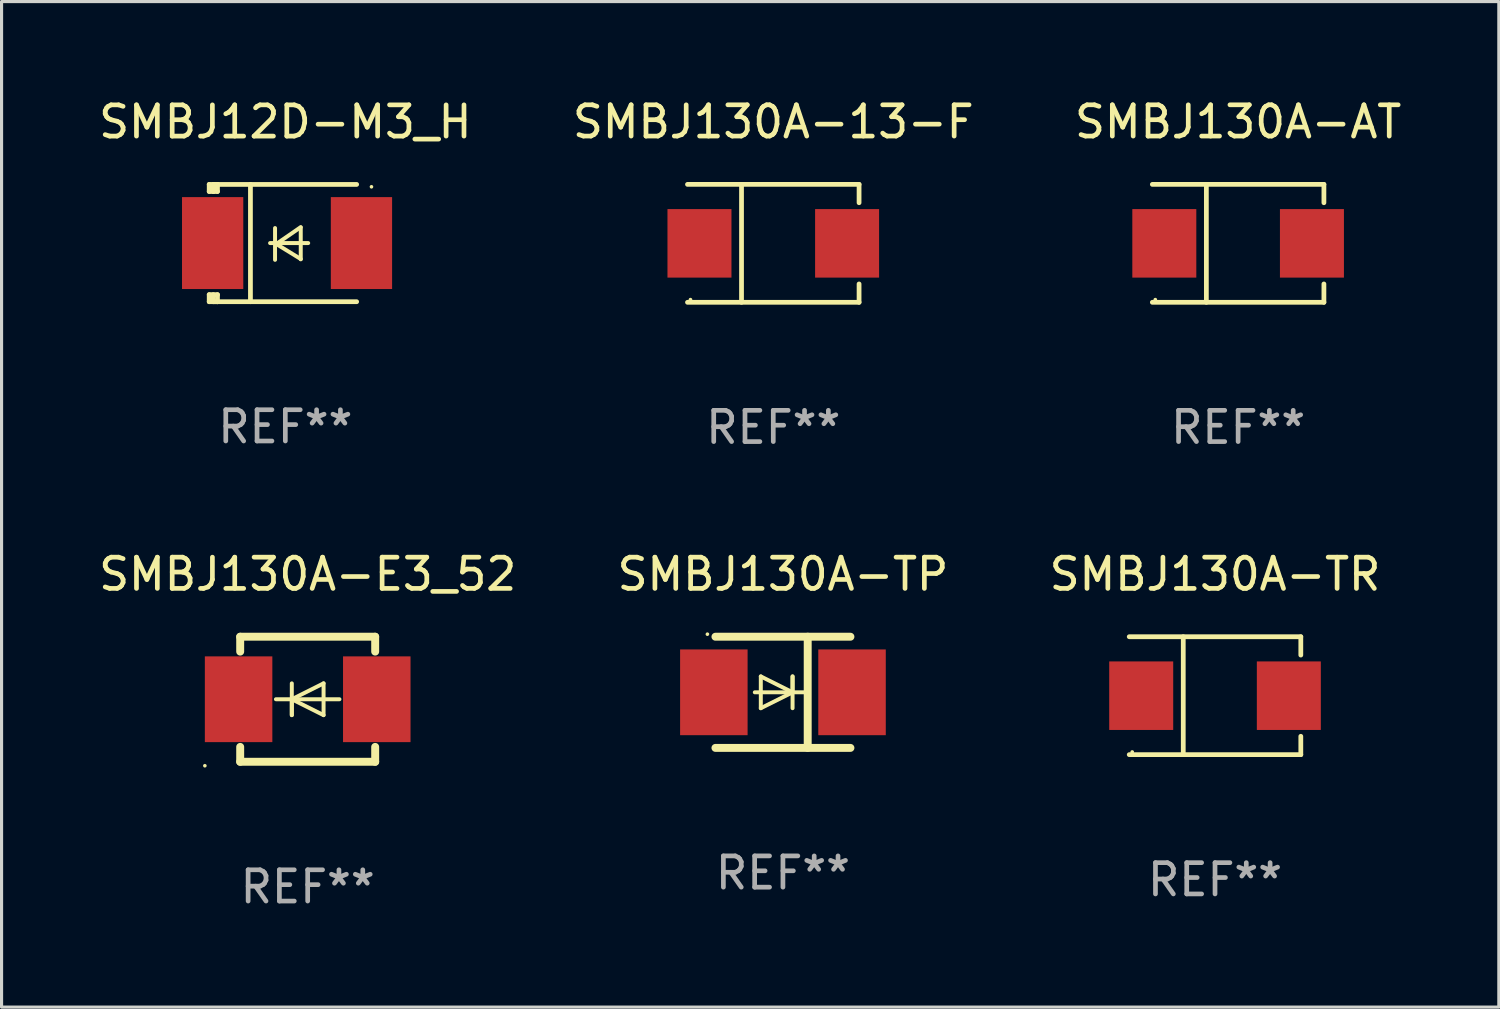
<source format=kicad_pcb>
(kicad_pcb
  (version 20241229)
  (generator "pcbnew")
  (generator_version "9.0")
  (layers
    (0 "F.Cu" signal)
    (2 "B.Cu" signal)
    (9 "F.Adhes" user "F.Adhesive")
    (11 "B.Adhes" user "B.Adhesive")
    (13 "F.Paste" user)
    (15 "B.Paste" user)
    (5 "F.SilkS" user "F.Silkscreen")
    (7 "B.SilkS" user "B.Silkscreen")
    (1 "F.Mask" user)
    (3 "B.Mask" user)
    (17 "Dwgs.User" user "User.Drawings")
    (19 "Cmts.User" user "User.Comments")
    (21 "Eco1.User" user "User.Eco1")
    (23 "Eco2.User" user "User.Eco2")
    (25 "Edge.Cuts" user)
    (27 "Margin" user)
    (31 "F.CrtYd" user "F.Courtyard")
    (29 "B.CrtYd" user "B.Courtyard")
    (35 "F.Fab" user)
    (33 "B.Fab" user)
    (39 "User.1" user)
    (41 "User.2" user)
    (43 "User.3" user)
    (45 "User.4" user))
  (footprint "SMBJ130A-TR"
    (layer "F.Cu")
    (at 35.815 19.203)
    (property "Reference" "SMBJ130A-TR" (at 0 -3.886 0) (layer "F.SilkS") (effects (font (size 1 1) (thickness 0.15))))
    (attr through_hole)
    (fp_line (start -2.744 -1.886) (end 2.744 -1.886) (stroke (width 0.152) (type solid)) (layer "F.SilkS"))
    (fp_line (start -2.744 1.886) (end 2.744 1.886) (stroke (width 0.152) (type solid)) (layer "F.SilkS"))
    (fp_line (start -1.016 -1.886) (end -1.016 1.886) (stroke (width 0.152) (type solid)) (layer "F.SilkS"))
    (fp_line (start 2.744 -1.886) (end 2.744 -1.299) (stroke (width 0.152) (type solid)) (layer "F.SilkS"))
    (fp_line (start 2.744 1.886) (end 2.744 1.299) (stroke (width 0.152) (type solid)) (layer "F.SilkS"))
    (fp_circle (center -2.65 1.8) (end -2.62 1.8) (stroke (width 0.06) (type solid)) (fill no) (layer "F.SilkS"))
    (fp_text user "REF**" (at 0 5.886 0) (layer "F.Fab") (effects (font (size 1 1) (thickness 0.15))))
    (pad "1" smd rect (at -2.361 0) (size 2.047 2.192) (layers "F.Cu" "F.Mask" "F.Paste"))
    (pad "2" smd rect (at 2.361 0) (size 2.047 2.192) (layers "F.Cu" "F.Mask" "F.Paste")))
  (footprint "SMBJ130A-AT"
    (layer "F.Cu")
    (at 36.554 4.734)
    (property "Reference" "SMBJ130A-AT" (at 0 -3.886 0) (layer "F.SilkS") (effects (font (size 1 1) (thickness 0.15))))
    (attr through_hole)
    (fp_line (start -2.744 -1.886) (end 2.744 -1.886) (stroke (width 0.152) (type solid)) (layer "F.SilkS"))
    (fp_line (start -2.744 1.886) (end 2.744 1.886) (stroke (width 0.152) (type solid)) (layer "F.SilkS"))
    (fp_line (start -1.016 -1.886) (end -1.016 1.886) (stroke (width 0.152) (type solid)) (layer "F.SilkS"))
    (fp_line (start 2.744 -1.886) (end 2.744 -1.299) (stroke (width 0.152) (type solid)) (layer "F.SilkS"))
    (fp_line (start 2.744 1.886) (end 2.744 1.299) (stroke (width 0.152) (type solid)) (layer "F.SilkS"))
    (fp_circle (center -2.65 1.8) (end -2.62 1.8) (stroke (width 0.06) (type solid)) (fill no) (layer "F.SilkS"))
    (fp_text user "REF**" (at 0 5.886 0) (layer "F.Fab") (effects (font (size 1 1) (thickness 0.15))))
    (pad "1" smd rect (at -2.361 0) (size 2.047 2.192) (layers "F.Cu" "F.Mask" "F.Paste"))
    (pad "2" smd rect (at 2.361 0) (size 2.047 2.192) (layers "F.Cu" "F.Mask" "F.Paste")))
  (footprint "SMBJ130A-E3_52"
    (layer "F.Cu")
    (at 6.792 19.317)
    (property "Reference" "SMBJ130A-E3_52" (at 0 -4 0) (layer "F.SilkS") (effects (font (size 1 1) (thickness 0.15))))
    (attr through_hole)
    (fp_line (start -2.159 -2) (end 2.159 -2) (stroke (width 0.254) (type solid)) (layer "F.SilkS"))
    (fp_line (start -2.159 -1.524) (end -2.159 -2) (stroke (width 0.254) (type solid)) (layer "F.SilkS"))
    (fp_line (start -2.159 1.524) (end -2.159 2) (stroke (width 0.254) (type solid)) (layer "F.SilkS"))
    (fp_line (start -2.159 2) (end 2.159 2) (stroke (width 0.254) (type solid)) (layer "F.SilkS"))
    (fp_line (start -0.508 0) (end -0.508 0.508) (stroke (width 0.127) (type solid)) (layer "F.SilkS"))
    (fp_line (start -0.508 0) (end 0.508 0.508) (stroke (width 0.127) (type solid)) (layer "F.SilkS"))
    (fp_line (start -0.508 0.508) (end -0.508 -0.508) (stroke (width 0.127) (type solid)) (layer "F.SilkS"))
    (fp_line (start 0.508 -0.508) (end -0.508 0) (stroke (width 0.127) (type solid)) (layer "F.SilkS"))
    (fp_line (start 0.508 0.508) (end 0.508 -0.508) (stroke (width 0.127) (type solid)) (layer "F.SilkS"))
    (fp_line (start 1.016 0) (end -1.016 0) (stroke (width 0.127) (type solid)) (layer "F.SilkS"))
    (fp_line (start 2.159 -2) (end 2.159 -1.524) (stroke (width 0.254) (type solid)) (layer "F.SilkS"))
    (fp_line (start 2.159 2) (end 2.159 1.524) (stroke (width 0.254) (type solid)) (layer "F.SilkS"))
    (fp_circle (center -3.289 2.127) (end -3.259 2.127) (stroke (width 0.06) (type solid)) (fill no) (layer "F.SilkS"))
    (fp_text user "REF**" (at 0 6 0) (layer "F.Fab") (effects (font (size 1 1) (thickness 0.15))))
    (pad "1" smd rect (at -2.21 0 180) (size 2.159 2.743) (layers "F.Cu" "F.Mask" "F.Paste"))
    (pad "2" smd rect (at 2.21 0 180) (size 2.159 2.743) (layers "F.Cu" "F.Mask" "F.Paste")))
  (footprint "SMBJ12D-M3_H"
    (layer "F.Cu")
    (at 6.077 4.725)
    (property "Reference" "SMBJ12D-M3_H" (at 0 -3.876 0) (layer "F.SilkS") (effects (font (size 1 1) (thickness 0.15))))
    (attr through_hole)
    (fp_line (start -2.435 1.65) (end -2.171 1.65) (stroke (width 0.152) (type solid)) (layer "F.SilkS"))
    (fp_line (start -2.435 1.876) (end -2.435 1.65) (stroke (width 0.152) (type solid)) (layer "F.SilkS"))
    (fp_line (start -2.435 -1.876) (end -2.171 -1.876) (stroke (width 0.152) (type solid)) (layer "F.SilkS"))
    (fp_line (start -2.435 -1.65) (end -2.435 -1.876) (stroke (width 0.152) (type solid)) (layer "F.SilkS"))
    (fp_line (start -2.305 -1.866) (end -2.295 -1.876) (stroke (width 0.152) (type solid)) (layer "F.SilkS"))
    (fp_line (start -2.305 -1.65) (end -2.305 -1.866) (stroke (width 0.152) (type solid)) (layer "F.SilkS"))
    (fp_line (start -2.305 1.876) (end -2.305 1.65) (stroke (width 0.152) (type solid)) (layer "F.SilkS"))
    (fp_line (start -2.295 -1.876) (end -2.295 -1.65) (stroke (width 0.152) (type solid)) (layer "F.SilkS"))
    (fp_line (start -2.171 1.876) (end -2.435 1.876) (stroke (width 0.152) (type solid)) (layer "F.SilkS"))
    (fp_line (start -2.171 -1.65) (end -2.435 -1.65) (stroke (width 0.152) (type solid)) (layer "F.SilkS"))
    (fp_line (start -2.171 -1.876) (end -2.295 -1.876) (stroke (width 0.152) (type solid)) (layer "F.SilkS"))
    (fp_line (start -2.171 -1.65) (end -2.171 -1.876) (stroke (width 0.152) (type solid)) (layer "F.SilkS"))
    (fp_line (start -2.171 1.876) (end -2.305 1.876) (stroke (width 0.152) (type solid)) (layer "F.SilkS"))
    (fp_line (start -2.171 1.876) (end -2.171 1.65) (stroke (width 0.152) (type solid)) (layer "F.SilkS"))
    (fp_line (start -1.116 1.876) (end -1.116 -1.876) (stroke (width 0.152) (type solid)) (layer "F.SilkS"))
    (fp_line (start -0.488 0.000102) (end 0.731 0.000102) (stroke (width 0.127) (type solid)) (layer "F.SilkS"))
    (fp_line (start -0.329 -0.48) (end -0.329 0.536) (stroke (width 0.127) (type solid)) (layer "F.SilkS"))
    (fp_line (start -0.29 0.03) (end 0.493 0.51) (stroke (width 0.127) (type solid)) (layer "F.SilkS"))
    (fp_line (start 0.493 -0.51) (end -0.29 0.03) (stroke (width 0.127) (type solid)) (layer "F.SilkS"))
    (fp_line (start 0.493 0.52) (end 0.493 -0.496) (stroke (width 0.127) (type solid)) (layer "F.SilkS"))
    (fp_line (start 2.281 -1.876) (end -2.171 -1.876) (stroke (width 0.152) (type solid)) (layer "F.SilkS"))
    (fp_line (start 2.281 1.876) (end -2.171 1.876) (stroke (width 0.152) (type solid)) (layer "F.SilkS"))
    (fp_circle (center 2.755 -1.8) (end 2.785 -1.8) (stroke (width 0.06) (type solid)) (fill no) (layer "F.SilkS"))
    (fp_text user "REF**" (at 0 5.876 0) (layer "F.Fab") (effects (font (size 1 1) (thickness 0.15))))
    (pad "1" smd rect (at 2.435 -0.000025 180) (size 1.96 2.94) (layers "F.Cu" "F.Mask" "F.Paste"))
    (pad "2" smd rect (at -2.325 -0.000025 180) (size 1.96 2.94) (layers "F.Cu" "F.Mask" "F.Paste")))
  (footprint "SMBJ130A-TP"
    (layer "F.Cu")
    (at 21.994 19.095)
    (property "Reference" "SMBJ130A-TP" (at 0 -3.778 0) (layer "F.SilkS") (effects (font (size 1 1) (thickness 0.15))))
    (attr through_hole)
    (fp_line (start -2.159 -1.778) (end 2.159 -1.778) (stroke (width 0.254) (type solid)) (layer "F.SilkS"))
    (fp_line (start -0.9 0) (end 0.816 0) (stroke (width 0.127) (type solid)) (layer "F.SilkS"))
    (fp_line (start -0.708 -0.508) (end -0.708 0.508) (stroke (width 0.127) (type solid)) (layer "F.SilkS"))
    (fp_line (start -0.708 0.508) (end 0.308 0) (stroke (width 0.127) (type solid)) (layer "F.SilkS"))
    (fp_line (start 0.308 -0.508) (end 0.308 0.508) (stroke (width 0.127) (type solid)) (layer "F.SilkS"))
    (fp_line (start 0.308 0) (end -0.708 -0.508) (stroke (width 0.127) (type solid)) (layer "F.SilkS"))
    (fp_line (start 0.308 0) (end 0.308 -0.508) (stroke (width 0.127) (type solid)) (layer "F.SilkS"))
    (fp_line (start 0.792 -1.778) (end 0.792 1.778) (stroke (width 0.254) (type solid)) (layer "F.SilkS"))
    (fp_line (start 2.159 1.778) (end -2.159 1.778) (stroke (width 0.254) (type solid)) (layer "F.SilkS"))
    (fp_circle (center -2.417 -1.859) (end -2.387 -1.859) (stroke (width 0.06) (type solid)) (fill no) (layer "F.SilkS"))
    (fp_text user "REF**" (at 0 5.778 0) (layer "F.Fab") (effects (font (size 1 1) (thickness 0.15))))
    (pad "1" smd rect (at -2.21 0) (size 2.159 2.743) (layers "F.Cu" "F.Mask" "F.Paste"))
    (pad "2" smd rect (at 2.21 0) (size 2.159 2.743) (layers "F.Cu" "F.Mask" "F.Paste")))
  (footprint "SMBJ130A-13-F"
    (layer "F.Cu")
    (at 21.685 4.734)
    (property "Reference" "SMBJ130A-13-F" (at 0 -3.886 0) (layer "F.SilkS") (effects (font (size 1 1) (thickness 0.15))))
    (attr through_hole)
    (fp_line (start -2.744 -1.886) (end 2.744 -1.886) (stroke (width 0.152) (type solid)) (layer "F.SilkS"))
    (fp_line (start -2.744 1.886) (end 2.744 1.886) (stroke (width 0.152) (type solid)) (layer "F.SilkS"))
    (fp_line (start -1.016 -1.886) (end -1.016 1.886) (stroke (width 0.152) (type solid)) (layer "F.SilkS"))
    (fp_line (start 2.744 -1.886) (end 2.744 -1.299) (stroke (width 0.152) (type solid)) (layer "F.SilkS"))
    (fp_line (start 2.744 1.886) (end 2.744 1.299) (stroke (width 0.152) (type solid)) (layer "F.SilkS"))
    (fp_circle (center -2.65 1.8) (end -2.62 1.8) (stroke (width 0.06) (type solid)) (fill no) (layer "F.SilkS"))
    (fp_text user "REF**" (at 0 5.886 0) (layer "F.Fab") (effects (font (size 1 1) (thickness 0.15))))
    (pad "1" smd rect (at -2.361 0) (size 2.047 2.192) (layers "F.Cu" "F.Mask" "F.Paste"))
    (pad "2" smd rect (at 2.361 0) (size 2.047 2.192) (layers "F.Cu" "F.Mask" "F.Paste")))
  (gr_rect
    (start -3 -3)
    (end 44.893 29.165)
    (stroke (width 0.1) (type default))
    (fill no)
    (layer "Edge.Cuts")))
</source>
